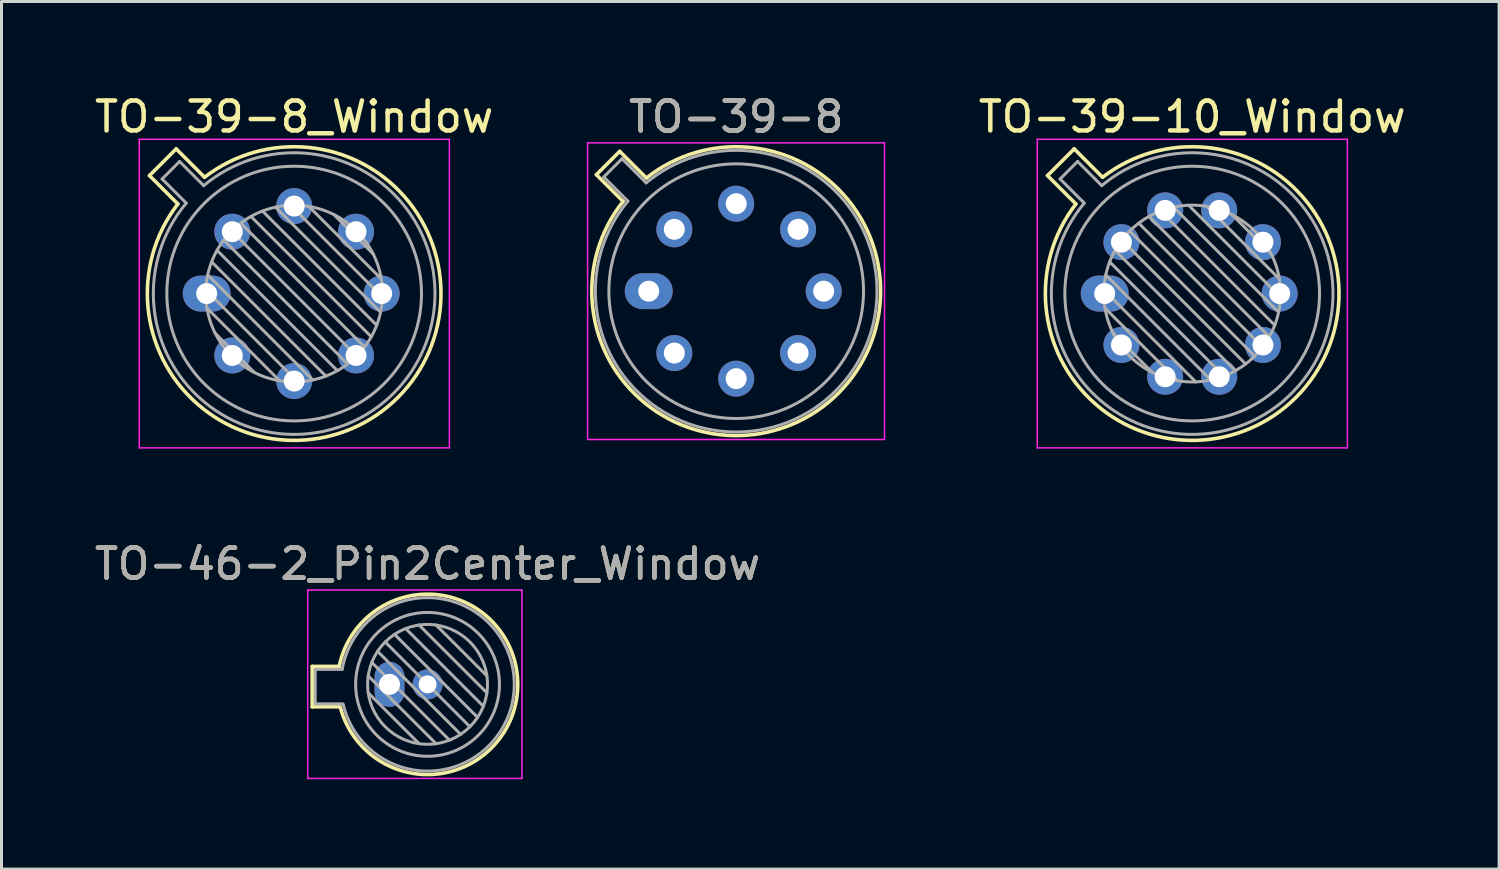
<source format=kicad_pcb>
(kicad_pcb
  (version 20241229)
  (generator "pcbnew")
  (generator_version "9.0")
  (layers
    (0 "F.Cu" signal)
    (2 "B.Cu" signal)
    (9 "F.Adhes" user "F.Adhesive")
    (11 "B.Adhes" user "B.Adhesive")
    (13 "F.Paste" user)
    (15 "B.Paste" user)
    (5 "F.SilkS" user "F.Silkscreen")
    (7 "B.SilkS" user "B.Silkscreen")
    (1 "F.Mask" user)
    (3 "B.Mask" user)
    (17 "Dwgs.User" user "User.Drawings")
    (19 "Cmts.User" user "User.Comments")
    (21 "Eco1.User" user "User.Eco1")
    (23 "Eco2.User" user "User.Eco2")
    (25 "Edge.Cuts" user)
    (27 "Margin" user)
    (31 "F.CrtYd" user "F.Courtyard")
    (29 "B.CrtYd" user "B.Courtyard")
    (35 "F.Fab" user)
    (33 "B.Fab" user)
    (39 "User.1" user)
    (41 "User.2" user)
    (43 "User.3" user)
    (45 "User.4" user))
  (footprint "TO-46-2_Pin2Center_Window"
    (layer "F.Cu")
    (at 9.95 19.791)
    (property "Reference" "TO-46-2_Pin2Center_Window" (at 1.27 -4.02 0) (layer "F.SilkS") (effects (font (size 1 1) (thickness 0.15))))
    (attr through_hole)
    (fp_line (start -2.58 -0.6) (end -2.58 0.75) (stroke (width 0.12) (type solid)) (layer "F.SilkS"))
    (fp_line (start -2.58 0.75) (end -1.68 0.75) (stroke (width 0.12) (type solid)) (layer "F.SilkS"))
    (fp_line (start -1.68 -0.6) (end -2.58 -0.6) (stroke (width 0.12) (type solid)) (layer "F.SilkS"))
    (fp_arc (start -1.68 -0.6) (mid 4.279362 -0.078983) (end -1.644465 0.753918) (stroke (width 0.12) (type solid)) (layer "F.SilkS"))
    (fp_line (start -2.73 -3.15) (end -2.73 3.14) (stroke (width 0.05) (type solid)) (layer "F.CrtYd"))
    (fp_line (start -2.73 -3.15) (end 4.42 -3.15) (stroke (width 0.05) (type solid)) (layer "F.CrtYd"))
    (fp_line (start 4.42 3.14) (end -2.73 3.14) (stroke (width 0.05) (type solid)) (layer "F.CrtYd"))
    (fp_line (start 4.42 3.14) (end 4.42 -3.15) (stroke (width 0.05) (type solid)) (layer "F.CrtYd"))
    (fp_line (start -2.48 -0.5) (end -2.48 0.65) (stroke (width 0.1) (type solid)) (layer "F.Fab"))
    (fp_line (start -2.48 0.65) (end -1.58 0.65) (stroke (width 0.1) (type solid)) (layer "F.Fab"))
    (fp_line (start -1.58 -0.5) (end -2.48 -0.5) (stroke (width 0.1) (type solid)) (layer "F.Fab"))
    (fp_line (start -0.71 -0.283) (end 1.553 1.98) (stroke (width 0.1) (type solid)) (layer "F.Fab"))
    (fp_line (start -0.71 0.283) (end 0.987 1.98) (stroke (width 0.1) (type solid)) (layer "F.Fab"))
    (fp_line (start -0.592 -0.731) (end 2.001 1.862) (stroke (width 0.1) (type solid)) (layer "F.Fab"))
    (fp_line (start -0.399 -1.103) (end 2.373 1.669) (stroke (width 0.1) (type solid)) (layer "F.Fab"))
    (fp_line (start -0.145 -1.415) (end 2.685 1.415) (stroke (width 0.1) (type solid)) (layer "F.Fab"))
    (fp_line (start 0.167 -1.669) (end 2.939 1.103) (stroke (width 0.1) (type solid)) (layer "F.Fab"))
    (fp_line (start 0.539 -1.862) (end 3.132 0.731) (stroke (width 0.1) (type solid)) (layer "F.Fab"))
    (fp_line (start 0.987 -1.98) (end 3.25 0.283) (stroke (width 0.1) (type solid)) (layer "F.Fab"))
    (fp_line (start 1.553 -1.98) (end 3.25 -0.283) (stroke (width 0.1) (type solid)) (layer "F.Fab"))
    (fp_arc (start -1.58 -0.5) (mid 4.1624 -0.08076) (end -1.54766 0.65825) (stroke (width 0.1) (type solid)) (layer "F.Fab"))
    (fp_circle (center 1.27 0) (end 3.27 0) (stroke (width 0.1) (type solid)) (fill no) (layer "F.Fab"))
    (fp_circle (center 1.27 0) (end 3.67 0) (stroke (width 0.1) (type solid)) (fill no) (layer "F.Fab"))
    (fp_text user "${REFERENCE}" (at 1.27 -4.02 0) (layer "F.Fab") (effects (font (size 1 1) (thickness 0.15))))
    (pad "1" thru_hole oval (at 0 0 90) (size 1.5 1) (drill 0.7) (layers "*.Cu" "*.Mask"))
    (pad "2" thru_hole oval (at 1.27 0) (size 1 1) (drill 0.6) (layers "*.Cu" "*.Mask")))
  (footprint "TO-39-8"
    (layer "F.Cu")
    (at 18.601 6.668)
    (property "Reference" "TO-39-8" (at 2.92 -5.82 0) (layer "F.SilkS") (effects (font (size 1 1) (thickness 0.15))))
    (attr through_hole)
    (fp_line (start -1.746 -3.888) (end -0.855 -2.997) (stroke (width 0.12) (type solid)) (layer "F.SilkS"))
    (fp_line (start -0.968 -4.666) (end -1.746 -3.888) (stroke (width 0.12) (type solid)) (layer "F.SilkS"))
    (fp_line (start -0.077 -3.775) (end -0.968 -4.666) (stroke (width 0.12) (type solid)) (layer "F.SilkS"))
    (fp_arc (start -0.077084 -3.774902) (mid 6.328125 3.408384) (end -0.854674 -2.997371) (stroke (width 0.12) (type solid)) (layer "F.SilkS"))
    (fp_line (start -2.04 -4.95) (end -2.04 4.95) (stroke (width 0.05) (type solid)) (layer "F.CrtYd"))
    (fp_line (start -2.04 4.95) (end 7.87 4.95) (stroke (width 0.05) (type solid)) (layer "F.CrtYd"))
    (fp_line (start 7.87 -4.95) (end -2.04 -4.95) (stroke (width 0.05) (type solid)) (layer "F.CrtYd"))
    (fp_line (start 7.87 4.95) (end 7.87 -4.95) (stroke (width 0.05) (type solid)) (layer "F.CrtYd"))
    (fp_line (start -1.5 -3.812) (end -0.694 -3.005) (stroke (width 0.1) (type solid)) (layer "F.Fab"))
    (fp_line (start -0.892 -4.42) (end -1.5 -3.812) (stroke (width 0.1) (type solid)) (layer "F.Fab"))
    (fp_line (start -0.085 -3.614) (end -0.892 -4.42) (stroke (width 0.1) (type solid)) (layer "F.Fab"))
    (fp_arc (start -0.085408 -3.61352) (mid 6.243443 3.323361) (end -0.693594 -3.005319) (stroke (width 0.1) (type solid)) (layer "F.Fab"))
    (fp_circle (center 2.92 0) (end 7.17 0) (stroke (width 0.1) (type solid)) (fill no) (layer "F.Fab"))
    (fp_text user "${REFERENCE}" (at 2.92 -5.82 0) (layer "F.Fab") (effects (font (size 1 1) (thickness 0.15))))
    (pad "1" thru_hole oval (at 0 0) (size 1.6 1.2) (drill 0.7) (layers "*.Cu" "*.Mask"))
    (pad "2" thru_hole oval (at 0.855 2.065) (size 1.2 1.2) (drill 0.7) (layers "*.Cu" "*.Mask"))
    (pad "3" thru_hole oval (at 2.92 2.92) (size 1.2 1.2) (drill 0.7) (layers "*.Cu" "*.Mask"))
    (pad "4" thru_hole oval (at 4.985 2.065) (size 1.2 1.2) (drill 0.7) (layers "*.Cu" "*.Mask"))
    (pad "5" thru_hole oval (at 5.84 0) (size 1.2 1.2) (drill 0.7) (layers "*.Cu" "*.Mask"))
    (pad "6" thru_hole oval (at 4.985 -2.065) (size 1.2 1.2) (drill 0.7) (layers "*.Cu" "*.Mask"))
    (pad "7" thru_hole oval (at 2.92 -2.92) (size 1.2 1.2) (drill 0.7) (layers "*.Cu" "*.Mask"))
    (pad "8" thru_hole oval (at 0.855 -2.065) (size 1.2 1.2) (drill 0.7) (layers "*.Cu" "*.Mask")))
  (footprint "TO-39-8_Window"
    (layer "F.Cu")
    (at 3.848 6.748)
    (property "Reference" "TO-39-8_Window" (at 2.92 -5.9 0) (layer "F.SilkS") (effects (font (size 1 1) (thickness 0.15))))
    (attr through_hole)
    (fp_line (start -1.909 -3.938) (end -0.962 -2.991) (stroke (width 0.12) (type solid)) (layer "F.SilkS"))
    (fp_line (start -1.018 -4.829) (end -1.909 -3.938) (stroke (width 0.12) (type solid)) (layer "F.SilkS"))
    (fp_line (start -0.071 -3.882) (end -1.018 -4.829) (stroke (width 0.12) (type solid)) (layer "F.SilkS"))
    (fp_arc (start -0.070589 -3.881543) (mid 6.385607 3.46404) (end -0.962895 -2.988833) (stroke (width 0.12) (type solid)) (layer "F.SilkS"))
    (fp_line (start -2.25 -5.15) (end -2.25 5.15) (stroke (width 0.05) (type solid)) (layer "F.CrtYd"))
    (fp_line (start -2.25 5.15) (end 8.1 5.15) (stroke (width 0.05) (type solid)) (layer "F.CrtYd"))
    (fp_line (start 8.1 -5.15) (end -2.25 -5.15) (stroke (width 0.05) (type solid)) (layer "F.CrtYd"))
    (fp_line (start 8.1 5.15) (end 8.1 -5.15) (stroke (width 0.05) (type solid)) (layer "F.CrtYd"))
    (fp_line (start -1.488 -3.825) (end -0.682 -3.019) (stroke (width 0.1) (type solid)) (layer "F.Fab"))
    (fp_line (start -0.905 -4.408) (end -1.488 -3.825) (stroke (width 0.1) (type solid)) (layer "F.Fab"))
    (fp_line (start -0.099 -3.602) (end -0.905 -4.408) (stroke (width 0.1) (type solid)) (layer "F.Fab"))
    (fp_line (start -0.028 -0.12) (end 3.04 2.948) (stroke (width 0.1) (type solid)) (layer "F.Fab"))
    (fp_line (start 0.009 0.485) (end 2.435 2.911) (stroke (width 0.1) (type solid)) (layer "F.Fab"))
    (fp_line (start 0.036 -0.622) (end 3.542 2.884) (stroke (width 0.1) (type solid)) (layer "F.Fab"))
    (fp_line (start 0.165 -1.058) (end 3.978 2.755) (stroke (width 0.1) (type solid)) (layer "F.Fab"))
    (fp_line (start 0.283 1.324) (end 1.596 2.637) (stroke (width 0.1) (type solid)) (layer "F.Fab"))
    (fp_line (start 0.346 -1.443) (end 4.363 2.574) (stroke (width 0.1) (type solid)) (layer "F.Fab"))
    (fp_line (start 0.57 -1.784) (end 4.704 2.35) (stroke (width 0.1) (type solid)) (layer "F.Fab"))
    (fp_line (start 0.834 -2.086) (end 5.006 2.086) (stroke (width 0.1) (type solid)) (layer "F.Fab"))
    (fp_line (start 1.136 -2.35) (end 5.27 1.784) (stroke (width 0.1) (type solid)) (layer "F.Fab"))
    (fp_line (start 1.477 -2.574) (end 5.494 1.443) (stroke (width 0.1) (type solid)) (layer "F.Fab"))
    (fp_line (start 1.862 -2.755) (end 5.675 1.058) (stroke (width 0.1) (type solid)) (layer "F.Fab"))
    (fp_line (start 2.298 -2.884) (end 5.804 0.622) (stroke (width 0.1) (type solid)) (layer "F.Fab"))
    (fp_line (start 2.8 -2.948) (end 5.868 0.12) (stroke (width 0.1) (type solid)) (layer "F.Fab"))
    (fp_line (start 3.405 -2.911) (end 5.831 -0.485) (stroke (width 0.1) (type solid)) (layer "F.Fab"))
    (fp_line (start 4.244 -2.637) (end 5.557 -1.324) (stroke (width 0.1) (type solid)) (layer "F.Fab"))
    (fp_arc (start -0.098935 -3.602226) (mid 6.244303 3.322501) (end -0.683862 -3.016982) (stroke (width 0.1) (type solid)) (layer "F.Fab"))
    (fp_circle (center 2.92 0) (end 5.87 0) (stroke (width 0.1) (type solid)) (fill no) (layer "F.Fab"))
    (fp_circle (center 2.92 0) (end 7.17 0) (stroke (width 0.1) (type solid)) (fill no) (layer "F.Fab"))
    (pad "1" thru_hole oval (at 0 0) (size 1.6 1.2) (drill 0.7) (layers "*.Cu" "*.Mask"))
    (pad "2" thru_hole oval (at 0.855 2.065) (size 1.2 1.2) (drill 0.7) (layers "*.Cu" "*.Mask"))
    (pad "3" thru_hole oval (at 2.92 2.92) (size 1.2 1.2) (drill 0.7) (layers "*.Cu" "*.Mask"))
    (pad "4" thru_hole oval (at 4.985 2.065) (size 1.2 1.2) (drill 0.7) (layers "*.Cu" "*.Mask"))
    (pad "5" thru_hole oval (at 5.84 0) (size 1.2 1.2) (drill 0.7) (layers "*.Cu" "*.Mask"))
    (pad "6" thru_hole oval (at 4.985 -2.065) (size 1.2 1.2) (drill 0.7) (layers "*.Cu" "*.Mask"))
    (pad "7" thru_hole oval (at 2.92 -2.92) (size 1.2 1.2) (drill 0.7) (layers "*.Cu" "*.Mask"))
    (pad "8" thru_hole oval (at 0.855 -2.065) (size 1.2 1.2) (drill 0.7) (layers "*.Cu" "*.Mask")))
  (footprint "TO-39-10_Window"
    (layer "F.Cu")
    (at 33.82 6.748)
    (property "Reference" "TO-39-10_Window" (at 2.92 -5.9 0) (layer "F.SilkS") (effects (font (size 1 1) (thickness 0.15))))
    (attr through_hole)
    (fp_line (start -1.909 -3.938) (end -0.962 -2.991) (stroke (width 0.12) (type solid)) (layer "F.SilkS"))
    (fp_line (start -1.018 -4.829) (end -1.909 -3.938) (stroke (width 0.12) (type solid)) (layer "F.SilkS"))
    (fp_line (start -0.071 -3.882) (end -1.018 -4.829) (stroke (width 0.12) (type solid)) (layer "F.SilkS"))
    (fp_arc (start -0.070589 -3.881543) (mid 6.385607 3.46404) (end -0.962895 -2.988833) (stroke (width 0.12) (type solid)) (layer "F.SilkS"))
    (fp_line (start -2.25 -5.15) (end -2.25 5.15) (stroke (width 0.05) (type solid)) (layer "F.CrtYd"))
    (fp_line (start -2.25 5.15) (end 8.1 5.15) (stroke (width 0.05) (type solid)) (layer "F.CrtYd"))
    (fp_line (start 8.1 -5.15) (end -2.25 -5.15) (stroke (width 0.05) (type solid)) (layer "F.CrtYd"))
    (fp_line (start 8.1 5.15) (end 8.1 -5.15) (stroke (width 0.05) (type solid)) (layer "F.CrtYd"))
    (fp_line (start -1.488 -3.825) (end -0.682 -3.019) (stroke (width 0.1) (type solid)) (layer "F.Fab"))
    (fp_line (start -0.905 -4.408) (end -1.488 -3.825) (stroke (width 0.1) (type solid)) (layer "F.Fab"))
    (fp_line (start -0.099 -3.602) (end -0.905 -4.408) (stroke (width 0.1) (type solid)) (layer "F.Fab"))
    (fp_line (start -0.028 -0.12) (end 3.04 2.948) (stroke (width 0.1) (type solid)) (layer "F.Fab"))
    (fp_line (start 0.009 0.485) (end 2.435 2.911) (stroke (width 0.1) (type solid)) (layer "F.Fab"))
    (fp_line (start 0.036 -0.622) (end 3.542 2.884) (stroke (width 0.1) (type solid)) (layer "F.Fab"))
    (fp_line (start 0.165 -1.058) (end 3.978 2.755) (stroke (width 0.1) (type solid)) (layer "F.Fab"))
    (fp_line (start 0.283 1.324) (end 1.596 2.637) (stroke (width 0.1) (type solid)) (layer "F.Fab"))
    (fp_line (start 0.346 -1.443) (end 4.363 2.574) (stroke (width 0.1) (type solid)) (layer "F.Fab"))
    (fp_line (start 0.57 -1.784) (end 4.704 2.35) (stroke (width 0.1) (type solid)) (layer "F.Fab"))
    (fp_line (start 0.834 -2.086) (end 5.006 2.086) (stroke (width 0.1) (type solid)) (layer "F.Fab"))
    (fp_line (start 1.136 -2.35) (end 5.27 1.784) (stroke (width 0.1) (type solid)) (layer "F.Fab"))
    (fp_line (start 1.477 -2.574) (end 5.494 1.443) (stroke (width 0.1) (type solid)) (layer "F.Fab"))
    (fp_line (start 1.862 -2.755) (end 5.675 1.058) (stroke (width 0.1) (type solid)) (layer "F.Fab"))
    (fp_line (start 2.298 -2.884) (end 5.804 0.622) (stroke (width 0.1) (type solid)) (layer "F.Fab"))
    (fp_line (start 2.8 -2.948) (end 5.868 0.12) (stroke (width 0.1) (type solid)) (layer "F.Fab"))
    (fp_line (start 3.405 -2.911) (end 5.831 -0.485) (stroke (width 0.1) (type solid)) (layer "F.Fab"))
    (fp_line (start 4.244 -2.637) (end 5.557 -1.324) (stroke (width 0.1) (type solid)) (layer "F.Fab"))
    (fp_arc (start -0.098935 -3.602226) (mid 6.244303 3.322501) (end -0.683862 -3.016982) (stroke (width 0.1) (type solid)) (layer "F.Fab"))
    (fp_circle (center 2.92 0) (end 5.87 0) (stroke (width 0.1) (type solid)) (fill no) (layer "F.Fab"))
    (fp_circle (center 2.92 0) (end 7.17 0) (stroke (width 0.1) (type solid)) (fill no) (layer "F.Fab"))
    (pad "1" thru_hole oval (at 0 0) (size 1.6 1.2) (drill 0.7) (layers "*.Cu" "*.Mask"))
    (pad "2" thru_hole oval (at 0.558 1.716) (size 1.2 1.2) (drill 0.7) (layers "*.Cu" "*.Mask"))
    (pad "3" thru_hole oval (at 2.018 2.777) (size 1.2 1.2) (drill 0.7) (layers "*.Cu" "*.Mask"))
    (pad "4" thru_hole oval (at 3.822 2.777) (size 1.2 1.2) (drill 0.7) (layers "*.Cu" "*.Mask"))
    (pad "5" thru_hole oval (at 5.282 1.716) (size 1.2 1.2) (drill 0.7) (layers "*.Cu" "*.Mask"))
    (pad "6" thru_hole oval (at 5.84 0) (size 1.2 1.2) (drill 0.7) (layers "*.Cu" "*.Mask"))
    (pad "7" thru_hole oval (at 5.282 -1.716) (size 1.2 1.2) (drill 0.7) (layers "*.Cu" "*.Mask"))
    (pad "8" thru_hole oval (at 3.822 -2.777) (size 1.2 1.2) (drill 0.7) (layers "*.Cu" "*.Mask"))
    (pad "9" thru_hole oval (at 2.018 -2.777) (size 1.2 1.2) (drill 0.7) (layers "*.Cu" "*.Mask"))
    (pad "10" thru_hole oval (at 0.558 -1.716) (size 1.2 1.2) (drill 0.7) (layers "*.Cu" "*.Mask")))
  (gr_rect
    (start -3 -3)
    (end 46.984 25.956)
    (stroke (width 0.1) (type default))
    (fill no)
    (layer "Edge.Cuts")))
</source>
